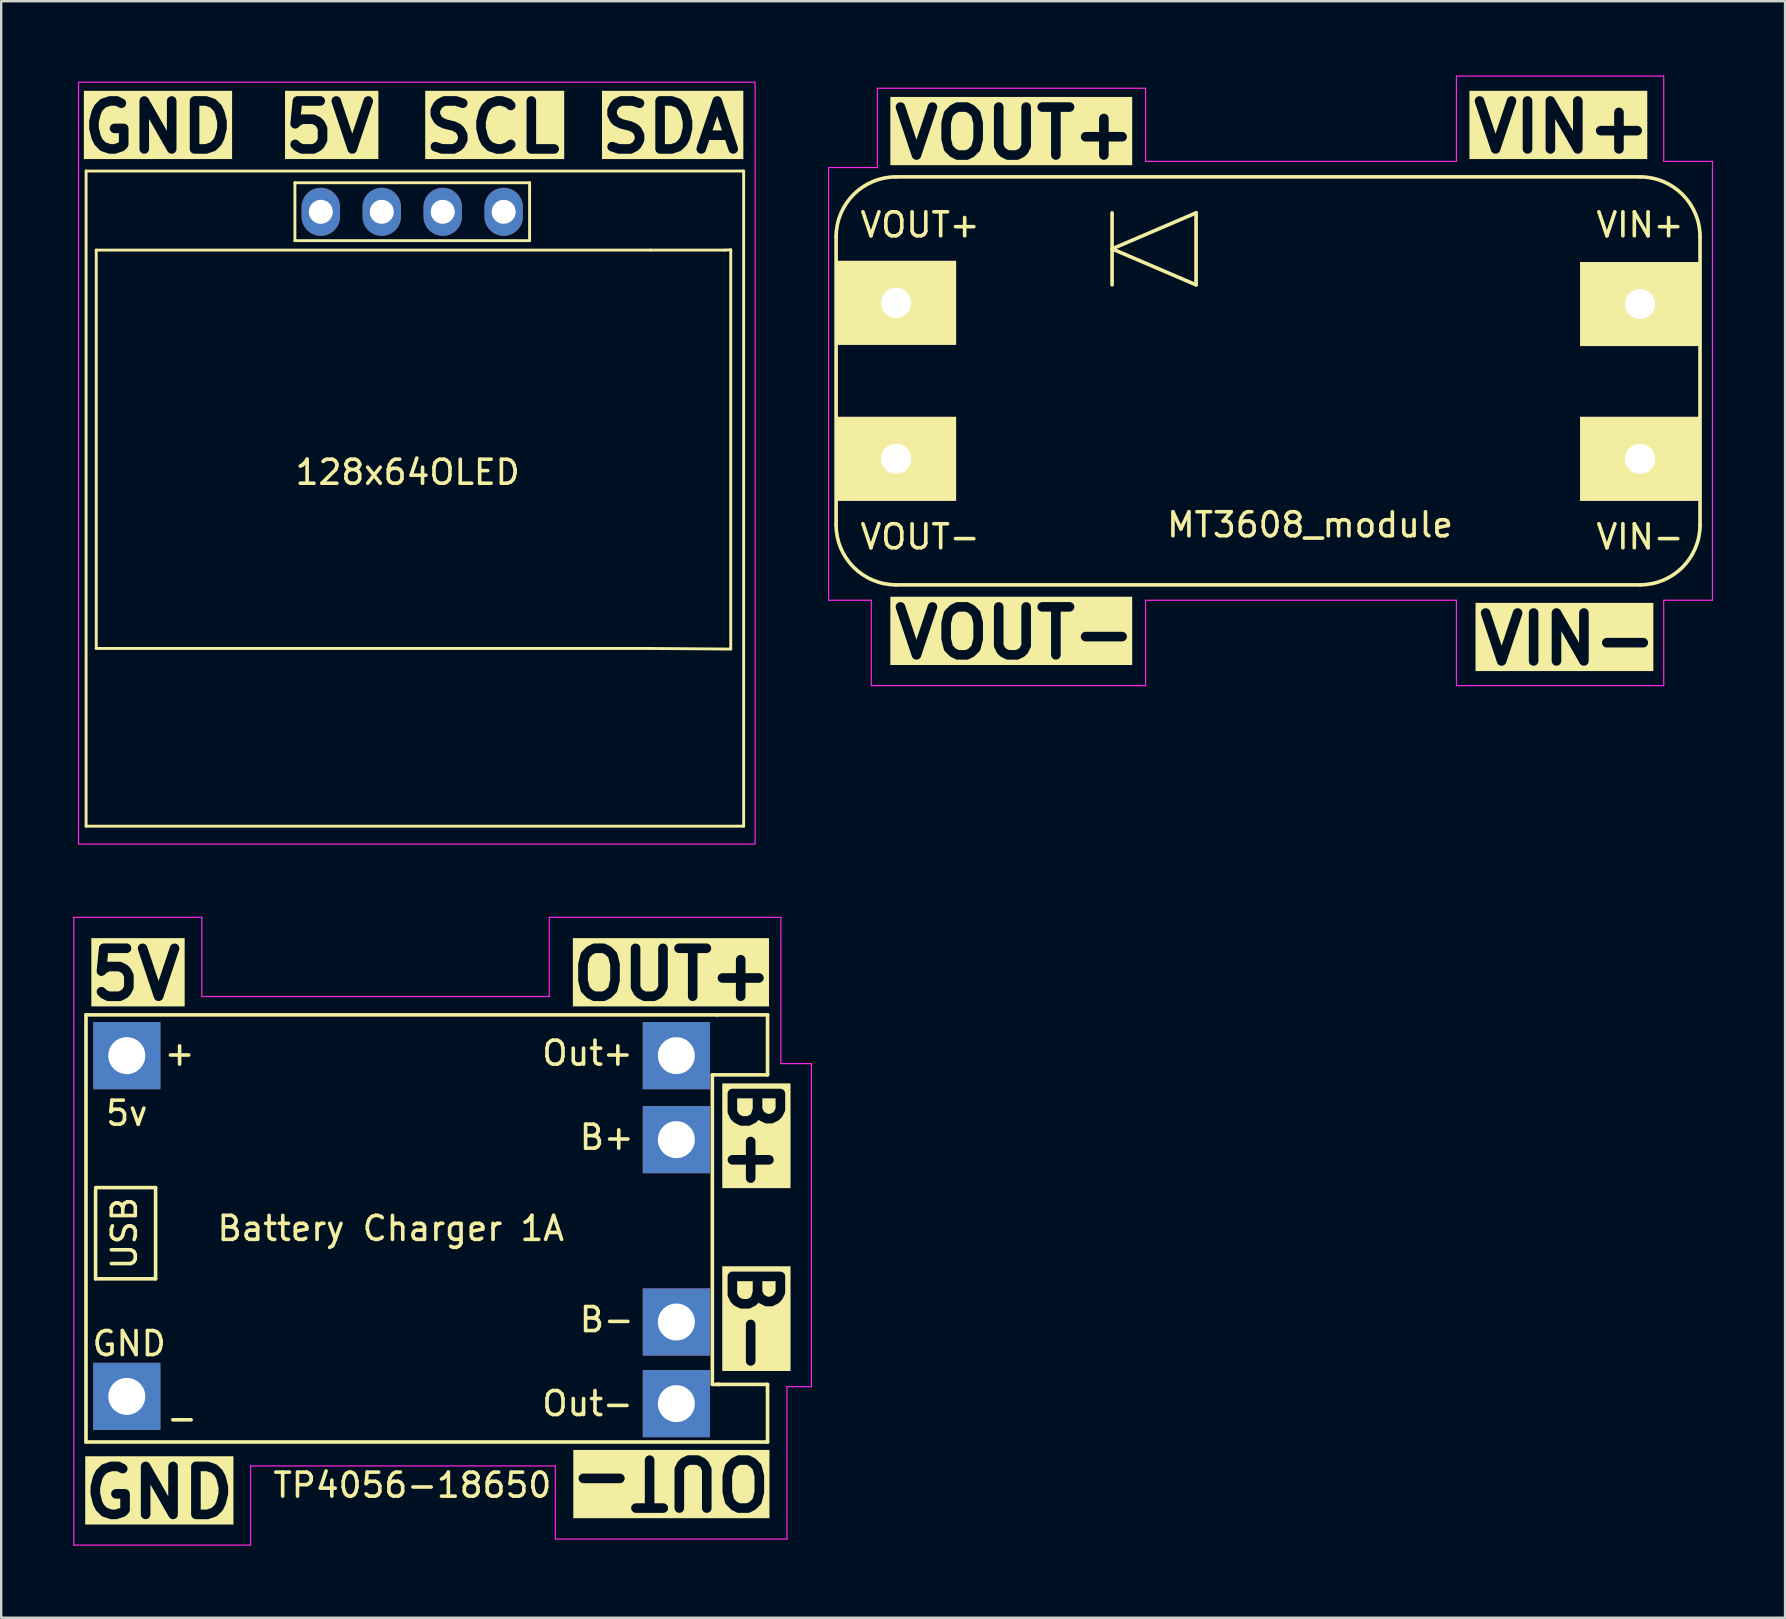
<source format=kicad_pcb>
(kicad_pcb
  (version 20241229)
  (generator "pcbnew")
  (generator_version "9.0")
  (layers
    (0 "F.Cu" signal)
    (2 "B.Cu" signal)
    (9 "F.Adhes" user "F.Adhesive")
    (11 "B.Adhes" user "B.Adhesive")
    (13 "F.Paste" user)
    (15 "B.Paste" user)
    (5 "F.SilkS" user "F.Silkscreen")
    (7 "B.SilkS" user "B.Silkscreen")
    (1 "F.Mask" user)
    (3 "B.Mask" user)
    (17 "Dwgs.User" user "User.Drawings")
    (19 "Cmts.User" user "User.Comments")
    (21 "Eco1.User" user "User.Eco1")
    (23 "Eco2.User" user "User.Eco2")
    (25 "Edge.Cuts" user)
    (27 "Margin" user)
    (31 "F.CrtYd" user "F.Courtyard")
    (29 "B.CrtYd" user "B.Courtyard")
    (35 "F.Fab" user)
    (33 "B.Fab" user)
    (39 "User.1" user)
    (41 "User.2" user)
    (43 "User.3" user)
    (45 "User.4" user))
  (footprint "TP4056-18650"
    (layer "F.Cu")
    (at 0.533 39.238)
    (property "Reference" "TP4056-18650" (at 13.6 19.6 0) (layer "F.SilkS") (effects (font (size 1 1) (thickness 0.15))))
    (attr through_hole)
    (fp_line (start 0 0) (end 26.3 0) (stroke (width 0.15) (type solid)) (layer "F.SilkS"))
    (fp_line (start 0 17.8) (end 0 0) (stroke (width 0.15) (type solid)) (layer "F.SilkS"))
    (fp_line (start 0.4 7.2) (end 2.9 7.2) (stroke (width 0.15) (type solid)) (layer "F.SilkS"))
    (fp_line (start 0.4 11) (end 0.4 7.3) (stroke (width 0.15) (type solid)) (layer "F.SilkS"))
    (fp_line (start 2.9 7.2) (end 2.9 11) (stroke (width 0.15) (type solid)) (layer "F.SilkS"))
    (fp_line (start 2.9 11) (end 0.4 11) (stroke (width 0.15) (type solid)) (layer "F.SilkS"))
    (fp_line (start 26.1 2.5) (end 26.1 15.4) (stroke (width 0.15) (type solid)) (layer "F.SilkS"))
    (fp_line (start 26.1 15.4) (end 26.4 15.4) (stroke (width 0.15) (type solid)) (layer "F.SilkS"))
    (fp_line (start 26.3 0) (end 28.4 0) (stroke (width 0.15) (type solid)) (layer "F.SilkS"))
    (fp_line (start 26.3 15.4) (end 28.4 15.4) (stroke (width 0.15) (type solid)) (layer "F.SilkS"))
    (fp_line (start 28.4 0) (end 28.4 2.5) (stroke (width 0.15) (type solid)) (layer "F.SilkS"))
    (fp_line (start 28.4 2.5) (end 26.1 2.5) (stroke (width 0.15) (type solid)) (layer "F.SilkS"))
    (fp_line (start 28.4 15.4) (end 28.4 15.7) (stroke (width 0.15) (type solid)) (layer "F.SilkS"))
    (fp_line (start 28.4 15.7) (end 28.4 17.8) (stroke (width 0.15) (type solid)) (layer "F.SilkS"))
    (fp_line (start 28.4 17.8) (end 0 17.8) (stroke (width 0.15) (type solid)) (layer "F.SilkS"))
    (fp_line (start -0.508 -4.064) (end -0.508 -3.556) (stroke (width 0.05) (type default)) (layer "F.CrtYd"))
    (fp_line (start -0.508 -3.556) (end -0.508 22.098) (stroke (width 0.05) (type default)) (layer "F.CrtYd"))
    (fp_line (start -0.508 22.098) (end 6.858 22.098) (stroke (width 0.05) (type default)) (layer "F.CrtYd"))
    (fp_line (start 4.826 -4.064) (end -0.508 -4.064) (stroke (width 0.05) (type default)) (layer "F.CrtYd"))
    (fp_line (start 4.826 -0.762) (end 4.826 -4.064) (stroke (width 0.05) (type default)) (layer "F.CrtYd"))
    (fp_line (start 6.858 18.796) (end 19.558 18.796) (stroke (width 0.05) (type default)) (layer "F.CrtYd"))
    (fp_line (start 6.858 22.098) (end 6.858 18.796) (stroke (width 0.05) (type default)) (layer "F.CrtYd"))
    (fp_line (start 19.304 -4.064) (end 19.304 -0.762) (stroke (width 0.05) (type default)) (layer "F.CrtYd"))
    (fp_line (start 19.304 -0.762) (end 4.826 -0.762) (stroke (width 0.05) (type default)) (layer "F.CrtYd"))
    (fp_line (start 19.558 18.796) (end 19.558 21.844) (stroke (width 0.05) (type default)) (layer "F.CrtYd"))
    (fp_line (start 19.558 21.844) (end 29.21 21.844) (stroke (width 0.05) (type default)) (layer "F.CrtYd"))
    (fp_line (start 28.956 -4.064) (end 19.304 -4.064) (stroke (width 0.05) (type default)) (layer "F.CrtYd"))
    (fp_line (start 28.956 2.032) (end 28.956 -4.064) (stroke (width 0.05) (type default)) (layer "F.CrtYd"))
    (fp_line (start 29.21 15.494) (end 30.226 15.494) (stroke (width 0.05) (type default)) (layer "F.CrtYd"))
    (fp_line (start 29.21 21.844) (end 29.21 15.494) (stroke (width 0.05) (type default)) (layer "F.CrtYd"))
    (fp_line (start 30.226 2.032) (end 28.956 2.032) (stroke (width 0.05) (type default)) (layer "F.CrtYd"))
    (fp_line (start 30.226 15.494) (end 30.226 2.032) (stroke (width 0.05) (type default)) (layer "F.CrtYd"))
    (fp_text user "GND" (at 1.8 13.7 0) (layer "F.SilkS") (effects (font (size 1 1) (thickness 0.15))))
    (fp_text user "B+" (at 21.7 5.1 0) (layer "F.SilkS") (effects (font (size 1 1) (thickness 0.15))))
    (fp_text user "B-" (at 21.7 12.7 0) (layer "F.SilkS") (effects (font (size 1 1) (thickness 0.15))))
    (fp_text user "Out-" (at 20.9 16.2 0) (layer "F.SilkS") (effects (font (size 1 1) (thickness 0.15))))
    (fp_text user "Battery Charger 1A" (at 12.7 8.9 0) (layer "F.SilkS") (effects (font (size 1 1) (thickness 0.15))))
    (fp_text user "B-" (at 26.67 10.16 270) (unlocked yes) (layer "F.SilkS" knockout) (effects (font (size 2 2) (thickness 0.4) (bold yes)) (justify left bottom)))
    (fp_text user "OUT-" (at 28.702 18.288 180) (unlocked yes) (layer "F.SilkS" knockout) (effects (font (size 2 2) (thickness 0.4) (bold yes)) (justify left bottom)))
    (fp_text user "GND" (at -0.254 21.082 0) (unlocked yes) (layer "F.SilkS" knockout) (effects (font (size 2 2) (thickness 0.4) (bold yes)) (justify left bottom)))
    (fp_text user "+" (at 3.9 1.6 0) (layer "F.SilkS") (effects (font (size 1 1) (thickness 0.15))))
    (fp_text user "-" (at 4 16.8 0) (layer "F.SilkS") (effects (font (size 1 1) (thickness 0.15))))
    (fp_text user "Out+" (at 20.9 1.6 0) (layer "F.SilkS") (effects (font (size 1 1) (thickness 0.15))))
    (fp_text user "5V" (at 0 -0.508 0) (unlocked yes) (layer "F.SilkS" knockout) (effects (font (size 2 2) (thickness 0.4) (bold yes)) (justify left bottom)))
    (fp_text user "5v" (at 1.7 4.1 0) (layer "F.SilkS") (effects (font (size 1 1) (thickness 0.15))))
    (fp_text user "OUT+" (at 20.066 -0.508 0) (unlocked yes) (layer "F.SilkS" knockout) (effects (font (size 2 2) (thickness 0.4) (bold yes)) (justify left bottom)))
    (fp_text user "B+" (at 26.67 2.54 270) (unlocked yes) (layer "F.SilkS" knockout) (effects (font (size 2 2) (thickness 0.4) (bold yes)) (justify left bottom)))
    (fp_text user "USB" (at 1.6 9.1 90) (layer "F.SilkS") (effects (font (size 1 1) (thickness 0.15))))
    (pad "1" thru_hole rect (at 1.7 1.7) (size 2.8 2.8) (drill 1.54) (layers "*.Cu" "*.Mask"))
    (pad "2" thru_hole rect (at 1.7 15.9) (size 2.8 2.8) (drill 1.54) (layers "*.Cu" "*.Mask"))
    (pad "3" thru_hole rect (at 24.6 1.7) (size 2.8 2.8) (drill 1.54) (layers "*.Cu" "*.Mask"))
    (pad "4" thru_hole rect (at 24.6 16.2) (size 2.8 2.8) (drill 1.54) (layers "*.Cu" "*.Mask"))
    (pad "5" thru_hole rect (at 24.6 5.2) (size 2.8 2.8) (drill 1.54) (layers "*.Cu" "*.Mask"))
    (pad "6" thru_hole rect (at 24.6 12.8) (size 2.8 2.8) (drill 1.54) (layers "*.Cu" "*.Mask")))
  (footprint "MT3608_module"
    (layer "F.Cu")
    (at 51.29 12.82)
    (property "Reference" "MT3608_module" (at 0.25 6 180) (layer "F.SilkS") (effects (font (size 1 1) (thickness 0.15))))
    (attr through_hole)
    (fp_line (start -19.5 -6) (end -19.5 6) (stroke (width 0.15) (type solid)) (layer "F.SilkS"))
    (fp_line (start -17 8.5) (end 14 8.5) (stroke (width 0.15) (type solid)) (layer "F.SilkS"))
    (fp_line (start -8 -7) (end -8 -4) (stroke (width 0.15) (type solid)) (layer "F.SilkS"))
    (fp_line (start -8 -5.5) (end -4.5 -7) (stroke (width 0.15) (type solid)) (layer "F.SilkS"))
    (fp_line (start -4.5 -7) (end -4.5 -4) (stroke (width 0.15) (type solid)) (layer "F.SilkS"))
    (fp_line (start -4.5 -4) (end -8 -5.5) (stroke (width 0.15) (type solid)) (layer "F.SilkS"))
    (fp_line (start 14 -8.5) (end -17 -8.5) (stroke (width 0.15) (type solid)) (layer "F.SilkS"))
    (fp_line (start 16.5 6) (end 16.5 -6) (stroke (width 0.15) (type solid)) (layer "F.SilkS"))
    (fp_arc (start -19.5 -6) (mid -18.767767 -7.767767) (end -17 -8.5) (stroke (width 0.15) (type solid)) (layer "F.SilkS"))
    (fp_arc (start -17 8.5) (mid -18.767767 7.767767) (end -19.5 6) (stroke (width 0.15) (type solid)) (layer "F.SilkS"))
    (fp_arc (start 14 -8.5) (mid 15.767767 -7.767767) (end 16.5 -6) (stroke (width 0.15) (type solid)) (layer "F.SilkS"))
    (fp_arc (start 16.5 6) (mid 15.767767 7.767767) (end 14 8.5) (stroke (width 0.15) (type solid)) (layer "F.SilkS"))
    (fp_line (start -19.812 -8.89) (end -17.78 -8.89) (stroke (width 0.05) (type default)) (layer "F.CrtYd"))
    (fp_line (start -19.812 -3.556) (end -19.812 -8.89) (stroke (width 0.05) (type default)) (layer "F.CrtYd"))
    (fp_line (start -19.812 9.144) (end -19.812 -3.556) (stroke (width 0.05) (type default)) (layer "F.CrtYd"))
    (fp_line (start -18.034 9.144) (end -19.812 9.144) (stroke (width 0.05) (type default)) (layer "F.CrtYd"))
    (fp_line (start -18.034 12.7) (end -18.034 9.144) (stroke (width 0.05) (type default)) (layer "F.CrtYd"))
    (fp_line (start -17.78 -12.192) (end -6.604 -12.192) (stroke (width 0.05) (type default)) (layer "F.CrtYd"))
    (fp_line (start -17.78 -8.89) (end -17.78 -12.192) (stroke (width 0.05) (type default)) (layer "F.CrtYd"))
    (fp_line (start -6.604 -12.192) (end -6.604 -9.144) (stroke (width 0.05) (type default)) (layer "F.CrtYd"))
    (fp_line (start -6.604 -9.144) (end 6.35 -9.144) (stroke (width 0.05) (type default)) (layer "F.CrtYd"))
    (fp_line (start -6.604 9.144) (end -6.604 12.7) (stroke (width 0.05) (type default)) (layer "F.CrtYd"))
    (fp_line (start -6.604 12.7) (end -18.034 12.7) (stroke (width 0.05) (type default)) (layer "F.CrtYd"))
    (fp_line (start 6.35 -12.7) (end 14.986 -12.7) (stroke (width 0.05) (type default)) (layer "F.CrtYd"))
    (fp_line (start 6.35 -9.144) (end 6.35 -12.7) (stroke (width 0.05) (type default)) (layer "F.CrtYd"))
    (fp_line (start 6.35 9.144) (end -6.604 9.144) (stroke (width 0.05) (type default)) (layer "F.CrtYd"))
    (fp_line (start 6.35 12.7) (end 6.35 9.144) (stroke (width 0.05) (type default)) (layer "F.CrtYd"))
    (fp_line (start 14.986 -12.7) (end 14.986 -9.144) (stroke (width 0.05) (type default)) (layer "F.CrtYd"))
    (fp_line (start 14.986 -9.144) (end 17.018 -9.144) (stroke (width 0.05) (type default)) (layer "F.CrtYd"))
    (fp_line (start 14.986 9.144) (end 14.986 12.7) (stroke (width 0.05) (type default)) (layer "F.CrtYd"))
    (fp_line (start 14.986 12.7) (end 6.35 12.7) (stroke (width 0.05) (type default)) (layer "F.CrtYd"))
    (fp_line (start 17.018 -9.144) (end 17.018 9.144) (stroke (width 0.05) (type default)) (layer "F.CrtYd"))
    (fp_line (start 17.018 9.144) (end 14.986 9.144) (stroke (width 0.05) (type default)) (layer "F.CrtYd"))
    (fp_text user "VIN+" (at 6.858 -9.398 0) (unlocked yes) (layer "F.SilkS" knockout) (effects (font (size 2 2) (thickness 0.4) (bold yes)) (justify left bottom)))
    (fp_text user "VIN-" (at 14 6.5 0) (layer "F.SilkS") (effects (font (size 1 1) (thickness 0.15))))
    (fp_text user "VOUT+" (at -17.272 -9.144 0) (unlocked yes) (layer "F.SilkS" knockout) (effects (font (size 2 2) (thickness 0.4) (bold yes)) (justify left bottom)))
    (fp_text user "VOUT-" (at -17.272 11.684 0) (unlocked yes) (layer "F.SilkS" knockout) (effects (font (size 2 2) (thickness 0.4) (bold yes)) (justify left bottom)))
    (fp_text user "VIN-" (at 7.112 11.938 0) (unlocked yes) (layer "F.SilkS" knockout) (effects (font (size 2 2) (thickness 0.4) (bold yes)) (justify left bottom)))
    (fp_text user "VIN+" (at 14 -6.5 0) (layer "F.SilkS") (effects (font (size 1 1) (thickness 0.15))))
    (fp_text user "VOUT+" (at -16 -6.5 0) (layer "F.SilkS") (effects (font (size 1 1) (thickness 0.15))))
    (fp_text user "VOUT-" (at -16 6.5 0) (layer "F.SilkS") (effects (font (size 1 1) (thickness 0.15))))
    (pad "1" thru_hole rect (at 14 -3.2 180) (size 5 3.5) (drill 1.25) (layers "*.Cu" "*.Mask" "F.SilkS"))
    (pad "2" thru_hole rect (at 14 3.25 180) (size 5 3.5) (drill 1.25) (layers "*.Cu" "*.Mask" "F.SilkS"))
    (pad "3" thru_hole rect (at -17 3.25 180) (size 5 3.5) (drill 1.25) (layers "*.Cu" "*.Mask" "F.SilkS"))
    (pad "4" thru_hole rect (at -17 -3.25 180) (size 5 3.5) (drill 1.25) (layers "*.Cu" "*.Mask" "F.SilkS")))
  (footprint "128x64OLED"
    (layer "F.Cu")
    (at 13.938 16.376)
    (property "Reference" "128x64OLED" (at 0 0.254 0) (layer "F.SilkS") (effects (font (size 1 1) (thickness 0.15))))
    (attr through_hole)
    (fp_line (start -13.4 -12.3) (end 14 -12.3) (stroke (width 0.12) (type solid)) (layer "F.SilkS"))
    (fp_line (start -13.4 15) (end -13.4 -12.3) (stroke (width 0.12) (type solid)) (layer "F.SilkS"))
    (fp_line (start -12.978 -9.005) (end 10.122 -9.005) (stroke (width 0.12) (type solid)) (layer "F.SilkS"))
    (fp_line (start -12.978 7.595) (end -12.978 -9.005) (stroke (width 0.12) (type solid)) (layer "F.SilkS"))
    (fp_line (start -4.699 -11.811) (end -4.699 -9.398) (stroke (width 0.12) (type solid)) (layer "F.SilkS"))
    (fp_line (start -4.699 -11.811) (end 5.08 -11.811) (stroke (width 0.12) (type solid)) (layer "F.SilkS"))
    (fp_line (start 5.08 -11.811) (end 5.08 -9.398) (stroke (width 0.12) (type solid)) (layer "F.SilkS"))
    (fp_line (start 5.08 -9.398) (end -4.699 -9.398) (stroke (width 0.12) (type solid)) (layer "F.SilkS"))
    (fp_line (start 10.122 -9.005) (end 13.208 -9.005) (stroke (width 0.12) (type solid)) (layer "F.SilkS"))
    (fp_line (start 10.122 7.595) (end -12.978 7.595) (stroke (width 0.12) (type solid)) (layer "F.SilkS"))
    (fp_line (start 10.122 7.595) (end 13.462 7.62) (stroke (width 0.12) (type solid)) (layer "F.SilkS"))
    (fp_line (start 13.462 -9.017) (end 13.208 -9.005) (stroke (width 0.12) (type solid)) (layer "F.SilkS"))
    (fp_line (start 13.462 7.62) (end 13.462 -9.017) (stroke (width 0.12) (type solid)) (layer "F.SilkS"))
    (fp_line (start 14 -12.3) (end 14 15) (stroke (width 0.12) (type solid)) (layer "F.SilkS"))
    (fp_line (start 14 15) (end -13.4 15) (stroke (width 0.12) (type solid)) (layer "F.SilkS"))
    (fp_rect (start -13.716 -16.002) (end 14.478 15.748) (stroke (width 0.05) (type default)) (fill no) (layer "F.CrtYd"))
    (fp_text user "SDA" (at 7.874 -12.954 0) (unlocked yes) (layer "F.SilkS" knockout) (effects (font (size 2 2) (thickness 0.4) (bold yes)) (justify left bottom)))
    (fp_text user "5V" (at -5.334 -12.954 0) (unlocked yes) (layer "F.SilkS" knockout) (effects (font (size 2 2) (thickness 0.4) (bold yes)) (justify left bottom)))
    (fp_text user "GND" (at -13.716 -12.954 0) (unlocked yes) (layer "F.SilkS" knockout) (effects (font (size 2 2) (thickness 0.4) (bold yes)) (justify left bottom)))
    (fp_text user "SCL" (at 0.508 -12.954 0) (unlocked yes) (layer "F.SilkS" knockout) (effects (font (size 2 2) (thickness 0.4) (bold yes)) (justify left bottom)))
    (pad "1" thru_hole oval (at -3.62 -10.6 90) (size 2 1.6) (drill 1) (layers "*.Cu" "*.Mask"))
    (pad "2" thru_hole oval (at -1.08 -10.6 90) (size 2 1.6) (drill 1) (layers "*.Cu" "*.Mask"))
    (pad "3" thru_hole oval (at 1.46 -10.6 90) (size 2 1.6) (drill 1) (layers "*.Cu" "*.Mask"))
    (pad "4" thru_hole oval (at 4 -10.6 90) (size 2 1.6) (drill 1) (layers "*.Cu" "*.Mask")))
  (gr_rect
    (start -3 -3)
    (end 71.333 64.361)
    (stroke (width 0.1) (type default))
    (fill no)
    (layer "Edge.Cuts")))
</source>
